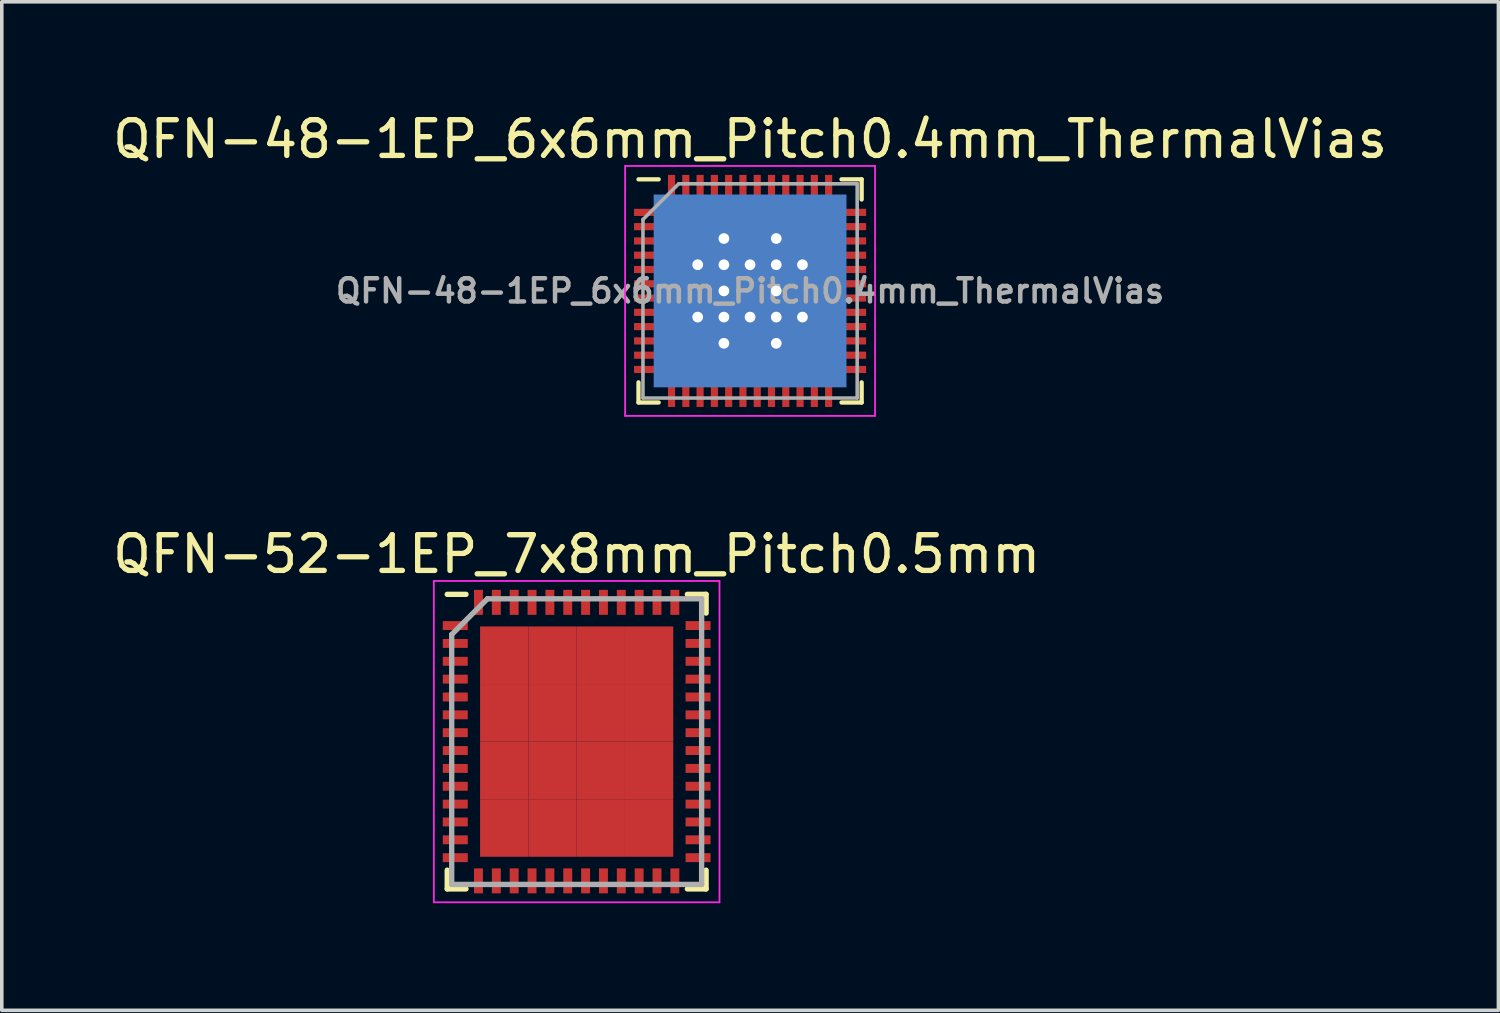
<source format=kicad_pcb>
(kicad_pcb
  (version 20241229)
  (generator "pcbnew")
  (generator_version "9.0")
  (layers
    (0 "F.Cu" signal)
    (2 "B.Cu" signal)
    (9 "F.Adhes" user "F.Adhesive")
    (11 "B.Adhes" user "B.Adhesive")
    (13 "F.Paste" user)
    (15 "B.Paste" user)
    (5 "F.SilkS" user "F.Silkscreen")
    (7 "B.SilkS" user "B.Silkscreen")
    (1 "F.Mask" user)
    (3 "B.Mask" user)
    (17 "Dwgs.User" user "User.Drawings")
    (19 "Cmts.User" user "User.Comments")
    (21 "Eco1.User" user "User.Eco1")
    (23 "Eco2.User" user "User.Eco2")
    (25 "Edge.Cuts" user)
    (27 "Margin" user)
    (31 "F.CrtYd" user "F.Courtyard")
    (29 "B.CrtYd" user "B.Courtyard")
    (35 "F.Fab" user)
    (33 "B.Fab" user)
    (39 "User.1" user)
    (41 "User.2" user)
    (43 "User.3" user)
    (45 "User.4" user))
  (footprint "QFN-52-1EP_7x8mm_Pitch0.5mm"
    (layer "F.Cu")
    (at 13.101 17.721)
    (property "Reference" "QFN-52-1EP_7x8mm_Pitch0.5mm" (at 0 -5.25 0) (layer "F.SilkS") (effects (font (size 1 1) (thickness 0.15))))
    (attr smd)
    (fp_line (start -3.625 -4.125) (end -3.1 -4.125) (stroke (width 0.15) (type solid)) (layer "F.SilkS"))
    (fp_line (start -3.625 4.125) (end -3.625 3.6) (stroke (width 0.15) (type solid)) (layer "F.SilkS"))
    (fp_line (start -3.625 4.125) (end -3.1 4.125) (stroke (width 0.15) (type solid)) (layer "F.SilkS"))
    (fp_line (start 3.625 -4.125) (end 3.1 -4.125) (stroke (width 0.15) (type solid)) (layer "F.SilkS"))
    (fp_line (start 3.625 -4.125) (end 3.625 -3.6) (stroke (width 0.15) (type solid)) (layer "F.SilkS"))
    (fp_line (start 3.625 4.125) (end 3.1 4.125) (stroke (width 0.15) (type solid)) (layer "F.SilkS"))
    (fp_line (start 3.625 4.125) (end 3.625 3.6) (stroke (width 0.15) (type solid)) (layer "F.SilkS"))
    (fp_line (start -4 -4.5) (end -4 4.5) (stroke (width 0.05) (type solid)) (layer "F.CrtYd"))
    (fp_line (start -4 -4.5) (end 4 -4.5) (stroke (width 0.05) (type solid)) (layer "F.CrtYd"))
    (fp_line (start -4 4.5) (end 4 4.5) (stroke (width 0.05) (type solid)) (layer "F.CrtYd"))
    (fp_line (start 4 -4.5) (end 4 4.5) (stroke (width 0.05) (type solid)) (layer "F.CrtYd"))
    (fp_line (start -3.5 -3) (end -2.5 -4) (stroke (width 0.15) (type solid)) (layer "F.Fab"))
    (fp_line (start -3.5 4) (end -3.5 -3) (stroke (width 0.15) (type solid)) (layer "F.Fab"))
    (fp_line (start -2.5 -4) (end 3.5 -4) (stroke (width 0.15) (type solid)) (layer "F.Fab"))
    (fp_line (start 3.5 -4) (end 3.5 4) (stroke (width 0.15) (type solid)) (layer "F.Fab"))
    (fp_line (start 3.5 4) (end -3.5 4) (stroke (width 0.15) (type solid)) (layer "F.Fab"))
    (pad "1" smd rect (at -3.4 -3.25) (size 0.7 0.25) (layers "F.Cu" "F.Mask" "F.Paste"))
    (pad "2" smd rect (at -3.4 -2.75) (size 0.7 0.25) (layers "F.Cu" "F.Mask" "F.Paste"))
    (pad "3" smd rect (at -3.4 -2.25) (size 0.7 0.25) (layers "F.Cu" "F.Mask" "F.Paste"))
    (pad "4" smd rect (at -3.4 -1.75) (size 0.7 0.25) (layers "F.Cu" "F.Mask" "F.Paste"))
    (pad "5" smd rect (at -3.4 -1.25) (size 0.7 0.25) (layers "F.Cu" "F.Mask" "F.Paste"))
    (pad "6" smd rect (at -3.4 -0.75) (size 0.7 0.25) (layers "F.Cu" "F.Mask" "F.Paste"))
    (pad "7" smd rect (at -3.4 -0.25) (size 0.7 0.25) (layers "F.Cu" "F.Mask" "F.Paste"))
    (pad "8" smd rect (at -3.4 0.25) (size 0.7 0.25) (layers "F.Cu" "F.Mask" "F.Paste"))
    (pad "9" smd rect (at -3.4 0.75) (size 0.7 0.25) (layers "F.Cu" "F.Mask" "F.Paste"))
    (pad "10" smd rect (at -3.4 1.25) (size 0.7 0.25) (layers "F.Cu" "F.Mask" "F.Paste"))
    (pad "11" smd rect (at -3.4 1.75) (size 0.7 0.25) (layers "F.Cu" "F.Mask" "F.Paste"))
    (pad "12" smd rect (at -3.4 2.25) (size 0.7 0.25) (layers "F.Cu" "F.Mask" "F.Paste"))
    (pad "13" smd rect (at -3.4 2.75) (size 0.7 0.25) (layers "F.Cu" "F.Mask" "F.Paste"))
    (pad "14" smd rect (at -3.4 3.25) (size 0.7 0.25) (layers "F.Cu" "F.Mask" "F.Paste"))
    (pad "15" smd rect (at -2.75 3.9 90) (size 0.7 0.25) (layers "F.Cu" "F.Mask" "F.Paste"))
    (pad "16" smd rect (at -2.25 3.9 90) (size 0.7 0.25) (layers "F.Cu" "F.Mask" "F.Paste"))
    (pad "17" smd rect (at -1.75 3.9 90) (size 0.7 0.25) (layers "F.Cu" "F.Mask" "F.Paste"))
    (pad "18" smd rect (at -1.25 3.9 90) (size 0.7 0.25) (layers "F.Cu" "F.Mask" "F.Paste"))
    (pad "19" smd rect (at -0.75 3.9 90) (size 0.7 0.25) (layers "F.Cu" "F.Mask" "F.Paste"))
    (pad "20" smd rect (at -0.25 3.9 90) (size 0.7 0.25) (layers "F.Cu" "F.Mask" "F.Paste"))
    (pad "21" smd rect (at 0.25 3.9 90) (size 0.7 0.25) (layers "F.Cu" "F.Mask" "F.Paste"))
    (pad "22" smd rect (at 0.75 3.9 90) (size 0.7 0.25) (layers "F.Cu" "F.Mask" "F.Paste"))
    (pad "23" smd rect (at 1.25 3.9 90) (size 0.7 0.25) (layers "F.Cu" "F.Mask" "F.Paste"))
    (pad "24" smd rect (at 1.75 3.9 90) (size 0.7 0.25) (layers "F.Cu" "F.Mask" "F.Paste"))
    (pad "25" smd rect (at 2.25 3.9 90) (size 0.7 0.25) (layers "F.Cu" "F.Mask" "F.Paste"))
    (pad "26" smd rect (at 2.75 3.9 90) (size 0.7 0.25) (layers "F.Cu" "F.Mask" "F.Paste"))
    (pad "27" smd rect (at 3.4 3.25) (size 0.7 0.25) (layers "F.Cu" "F.Mask" "F.Paste"))
    (pad "28" smd rect (at 3.4 2.75) (size 0.7 0.25) (layers "F.Cu" "F.Mask" "F.Paste"))
    (pad "29" smd rect (at 3.4 2.25) (size 0.7 0.25) (layers "F.Cu" "F.Mask" "F.Paste"))
    (pad "30" smd rect (at 3.4 1.75) (size 0.7 0.25) (layers "F.Cu" "F.Mask" "F.Paste"))
    (pad "31" smd rect (at 3.4 1.25) (size 0.7 0.25) (layers "F.Cu" "F.Mask" "F.Paste"))
    (pad "32" smd rect (at 3.4 0.75) (size 0.7 0.25) (layers "F.Cu" "F.Mask" "F.Paste"))
    (pad "33" smd rect (at 3.4 0.25) (size 0.7 0.25) (layers "F.Cu" "F.Mask" "F.Paste"))
    (pad "34" smd rect (at 3.4 -0.25) (size 0.7 0.25) (layers "F.Cu" "F.Mask" "F.Paste"))
    (pad "35" smd rect (at 3.4 -0.75) (size 0.7 0.25) (layers "F.Cu" "F.Mask" "F.Paste"))
    (pad "36" smd rect (at 3.4 -1.25) (size 0.7 0.25) (layers "F.Cu" "F.Mask" "F.Paste"))
    (pad "37" smd rect (at 3.4 -1.75) (size 0.7 0.25) (layers "F.Cu" "F.Mask" "F.Paste"))
    (pad "38" smd rect (at 3.4 -2.25) (size 0.7 0.25) (layers "F.Cu" "F.Mask" "F.Paste"))
    (pad "39" smd rect (at 3.4 -2.75) (size 0.7 0.25) (layers "F.Cu" "F.Mask" "F.Paste"))
    (pad "40" smd rect (at 3.4 -3.25) (size 0.7 0.25) (layers "F.Cu" "F.Mask" "F.Paste"))
    (pad "41" smd rect (at 2.75 -3.9 90) (size 0.7 0.25) (layers "F.Cu" "F.Mask" "F.Paste"))
    (pad "42" smd rect (at 2.25 -3.9 90) (size 0.7 0.25) (layers "F.Cu" "F.Mask" "F.Paste"))
    (pad "43" smd rect (at 1.75 -3.9 90) (size 0.7 0.25) (layers "F.Cu" "F.Mask" "F.Paste"))
    (pad "44" smd rect (at 1.25 -3.9 90) (size 0.7 0.25) (layers "F.Cu" "F.Mask" "F.Paste"))
    (pad "45" smd rect (at 0.75 -3.9 90) (size 0.7 0.25) (layers "F.Cu" "F.Mask" "F.Paste"))
    (pad "46" smd rect (at 0.25 -3.9 90) (size 0.7 0.25) (layers "F.Cu" "F.Mask" "F.Paste"))
    (pad "47" smd rect (at -0.25 -3.9 90) (size 0.7 0.25) (layers "F.Cu" "F.Mask" "F.Paste"))
    (pad "48" smd rect (at -0.75 -3.9 90) (size 0.7 0.25) (layers "F.Cu" "F.Mask" "F.Paste"))
    (pad "49" smd rect (at -1.25 -3.9 90) (size 0.7 0.25) (layers "F.Cu" "F.Mask" "F.Paste"))
    (pad "50" smd rect (at -1.75 -3.9 90) (size 0.7 0.25) (layers "F.Cu" "F.Mask" "F.Paste"))
    (pad "51" smd rect (at -2.25 -3.9 90) (size 0.7 0.25) (layers "F.Cu" "F.Mask" "F.Paste"))
    (pad "52" smd rect (at -2.75 -3.9 90) (size 0.7 0.25) (layers "F.Cu" "F.Mask" "F.Paste"))
    (pad "53" smd rect (at -2.029 -2.419) (size 1.353 1.613) (layers "F.Cu" "F.Mask" "F.Paste"))
    (pad "53" smd rect (at -2.029 -0.806) (size 1.353 1.613) (layers "F.Cu" "F.Mask" "F.Paste"))
    (pad "53" smd rect (at -2.029 0.806) (size 1.353 1.613) (layers "F.Cu" "F.Mask" "F.Paste"))
    (pad "53" smd rect (at -2.029 2.419) (size 1.353 1.613) (layers "F.Cu" "F.Mask" "F.Paste"))
    (pad "53" smd rect (at -0.676 -2.419) (size 1.353 1.613) (layers "F.Cu" "F.Mask" "F.Paste"))
    (pad "53" smd rect (at -0.676 -0.806) (size 1.353 1.613) (layers "F.Cu" "F.Mask" "F.Paste"))
    (pad "53" smd rect (at -0.676 0.806) (size 1.353 1.613) (layers "F.Cu" "F.Mask" "F.Paste"))
    (pad "53" smd rect (at -0.676 2.419) (size 1.353 1.613) (layers "F.Cu" "F.Mask" "F.Paste"))
    (pad "53" smd rect (at 0.676 -2.419) (size 1.353 1.613) (layers "F.Cu" "F.Mask" "F.Paste"))
    (pad "53" smd rect (at 0.676 -0.806) (size 1.353 1.613) (layers "F.Cu" "F.Mask" "F.Paste"))
    (pad "53" smd rect (at 0.676 0.806) (size 1.353 1.613) (layers "F.Cu" "F.Mask" "F.Paste"))
    (pad "53" smd rect (at 0.676 2.419) (size 1.353 1.613) (layers "F.Cu" "F.Mask" "F.Paste"))
    (pad "53" smd rect (at 2.029 -2.419) (size 1.353 1.613) (layers "F.Cu" "F.Mask" "F.Paste"))
    (pad "53" smd rect (at 2.029 -0.806) (size 1.353 1.613) (layers "F.Cu" "F.Mask" "F.Paste"))
    (pad "53" smd rect (at 2.029 0.806) (size 1.353 1.613) (layers "F.Cu" "F.Mask" "F.Paste"))
    (pad "53" smd rect (at 2.029 2.419) (size 1.353 1.613) (layers "F.Cu" "F.Mask" "F.Paste")))
  (footprint "QFN-48-1EP_6x6mm_Pitch0.4mm_ThermalVias"
    (layer "F.Cu")
    (at 17.958 5.098)
    (property "Reference" "QFN-48-1EP_6x6mm_Pitch0.4mm_ThermalVias" (at 0 -4.25 0) (layer "F.SilkS") (effects (font (size 1 1) (thickness 0.15))))
    (attr smd)
    (fp_line (start -3.125 -3.125) (end -2.56 -3.125) (stroke (width 0.12) (type solid)) (layer "F.SilkS"))
    (fp_line (start -3.125 3.125) (end -3.125 2.56) (stroke (width 0.12) (type solid)) (layer "F.SilkS"))
    (fp_line (start -2.56 3.125) (end -3.125 3.125) (stroke (width 0.12) (type solid)) (layer "F.SilkS"))
    (fp_line (start 2.56 -3.125) (end 3.125 -3.125) (stroke (width 0.12) (type solid)) (layer "F.SilkS"))
    (fp_line (start 2.56 3.125) (end 3.125 3.125) (stroke (width 0.12) (type solid)) (layer "F.SilkS"))
    (fp_line (start 3.125 -3.125) (end 3.125 -2.56) (stroke (width 0.12) (type solid)) (layer "F.SilkS"))
    (fp_line (start 3.125 3.125) (end 3.125 2.56) (stroke (width 0.12) (type solid)) (layer "F.SilkS"))
    (fp_line (start -3.5 -3.5) (end -3.5 3.5) (stroke (width 0.05) (type solid)) (layer "F.CrtYd"))
    (fp_line (start -3.5 3.5) (end 3.5 3.5) (stroke (width 0.05) (type solid)) (layer "F.CrtYd"))
    (fp_line (start 3.5 -3.5) (end -3.5 -3.5) (stroke (width 0.05) (type solid)) (layer "F.CrtYd"))
    (fp_line (start 3.5 3.5) (end 3.5 -3.5) (stroke (width 0.05) (type solid)) (layer "F.CrtYd"))
    (fp_line (start -3 -2) (end -2 -3) (stroke (width 0.1) (type solid)) (layer "F.Fab"))
    (fp_line (start -3 3) (end -3 -2) (stroke (width 0.1) (type solid)) (layer "F.Fab"))
    (fp_line (start -2 -3) (end 3 -3) (stroke (width 0.1) (type solid)) (layer "F.Fab"))
    (fp_line (start 3 -3) (end 3 3) (stroke (width 0.1) (type solid)) (layer "F.Fab"))
    (fp_line (start 3 3) (end -3 3) (stroke (width 0.1) (type solid)) (layer "F.Fab"))
    (fp_text user "${REFERENCE}" (at 0 0 0) (layer "F.Fab") (effects (font (size 0.65 0.65) (thickness 0.125))))
    (pad "" smd rect (at -1.467 -1.467) (size 0.88 0.88) (layers "F.Paste"))
    (pad "" smd rect (at -1.467 0) (size 0.88 0.88) (layers "F.Paste"))
    (pad "" smd rect (at -1.467 1.467) (size 0.88 0.88) (layers "F.Paste"))
    (pad "" smd rect (at 0 -1.467) (size 0.88 0.88) (layers "F.Paste"))
    (pad "" smd rect (at 0 0) (size 0.88 0.88) (layers "F.Paste"))
    (pad "" smd rect (at 0 1.467) (size 0.88 0.88) (layers "F.Paste"))
    (pad "" smd rect (at 1.467 -1.467) (size 0.88 0.88) (layers "F.Paste"))
    (pad "" smd rect (at 1.467 0) (size 0.88 0.88) (layers "F.Paste"))
    (pad "" smd rect (at 1.467 1.467) (size 0.88 0.88) (layers "F.Paste"))
    (pad "1" smd rect (at -2.925 -2.2) (size 0.65 0.2) (layers "F.Cu" "F.Mask" "F.Paste"))
    (pad "2" smd rect (at -2.925 -1.8) (size 0.65 0.2) (layers "F.Cu" "F.Mask" "F.Paste"))
    (pad "3" smd rect (at -2.925 -1.4) (size 0.65 0.2) (layers "F.Cu" "F.Mask" "F.Paste"))
    (pad "4" smd rect (at -2.925 -1) (size 0.65 0.2) (layers "F.Cu" "F.Mask" "F.Paste"))
    (pad "5" smd rect (at -2.925 -0.6) (size 0.65 0.2) (layers "F.Cu" "F.Mask" "F.Paste"))
    (pad "6" smd rect (at -2.925 -0.2) (size 0.65 0.2) (layers "F.Cu" "F.Mask" "F.Paste"))
    (pad "7" smd rect (at -2.925 0.2) (size 0.65 0.2) (layers "F.Cu" "F.Mask" "F.Paste"))
    (pad "8" smd rect (at -2.925 0.6) (size 0.65 0.2) (layers "F.Cu" "F.Mask" "F.Paste"))
    (pad "9" smd rect (at -2.925 1) (size 0.65 0.2) (layers "F.Cu" "F.Mask" "F.Paste"))
    (pad "10" smd rect (at -2.925 1.4) (size 0.65 0.2) (layers "F.Cu" "F.Mask" "F.Paste"))
    (pad "11" smd rect (at -2.925 1.8) (size 0.65 0.2) (layers "F.Cu" "F.Mask" "F.Paste"))
    (pad "12" smd rect (at -2.925 2.2) (size 0.65 0.2) (layers "F.Cu" "F.Mask" "F.Paste"))
    (pad "13" smd rect (at -2.2 2.925 90) (size 0.65 0.2) (layers "F.Cu" "F.Mask" "F.Paste"))
    (pad "14" smd rect (at -1.8 2.925 90) (size 0.65 0.2) (layers "F.Cu" "F.Mask" "F.Paste"))
    (pad "15" smd rect (at -1.4 2.925 90) (size 0.65 0.2) (layers "F.Cu" "F.Mask" "F.Paste"))
    (pad "16" smd rect (at -1 2.925 90) (size 0.65 0.2) (layers "F.Cu" "F.Mask" "F.Paste"))
    (pad "17" smd rect (at -0.6 2.925 90) (size 0.65 0.2) (layers "F.Cu" "F.Mask" "F.Paste"))
    (pad "18" smd rect (at -0.2 2.925 90) (size 0.65 0.2) (layers "F.Cu" "F.Mask" "F.Paste"))
    (pad "19" smd rect (at 0.2 2.925 90) (size 0.65 0.2) (layers "F.Cu" "F.Mask" "F.Paste"))
    (pad "20" smd rect (at 0.6 2.925 90) (size 0.65 0.2) (layers "F.Cu" "F.Mask" "F.Paste"))
    (pad "21" smd rect (at 1 2.925 90) (size 0.65 0.2) (layers "F.Cu" "F.Mask" "F.Paste"))
    (pad "22" smd rect (at 1.4 2.925 90) (size 0.65 0.2) (layers "F.Cu" "F.Mask" "F.Paste"))
    (pad "23" smd rect (at 1.8 2.925 90) (size 0.65 0.2) (layers "F.Cu" "F.Mask" "F.Paste"))
    (pad "24" smd rect (at 2.2 2.925 90) (size 0.65 0.2) (layers "F.Cu" "F.Mask" "F.Paste"))
    (pad "25" smd rect (at 2.925 2.2) (size 0.65 0.2) (layers "F.Cu" "F.Mask" "F.Paste"))
    (pad "26" smd rect (at 2.925 1.8) (size 0.65 0.2) (layers "F.Cu" "F.Mask" "F.Paste"))
    (pad "27" smd rect (at 2.925 1.4) (size 0.65 0.2) (layers "F.Cu" "F.Mask" "F.Paste"))
    (pad "28" smd rect (at 2.925 1) (size 0.65 0.2) (layers "F.Cu" "F.Mask" "F.Paste"))
    (pad "29" smd rect (at 2.925 0.6) (size 0.65 0.2) (layers "F.Cu" "F.Mask" "F.Paste"))
    (pad "30" smd rect (at 2.925 0.2) (size 0.65 0.2) (layers "F.Cu" "F.Mask" "F.Paste"))
    (pad "31" smd rect (at 2.925 -0.2) (size 0.65 0.2) (layers "F.Cu" "F.Mask" "F.Paste"))
    (pad "32" smd rect (at 2.925 -0.6) (size 0.65 0.2) (layers "F.Cu" "F.Mask" "F.Paste"))
    (pad "33" smd rect (at 2.925 -1) (size 0.65 0.2) (layers "F.Cu" "F.Mask" "F.Paste"))
    (pad "34" smd rect (at 2.925 -1.4) (size 0.65 0.2) (layers "F.Cu" "F.Mask" "F.Paste"))
    (pad "35" smd rect (at 2.925 -1.8) (size 0.65 0.2) (layers "F.Cu" "F.Mask" "F.Paste"))
    (pad "36" smd rect (at 2.925 -2.2) (size 0.65 0.2) (layers "F.Cu" "F.Mask" "F.Paste"))
    (pad "37" smd rect (at 2.2 -2.925 90) (size 0.65 0.2) (layers "F.Cu" "F.Mask" "F.Paste"))
    (pad "38" smd rect (at 1.8 -2.925 90) (size 0.65 0.2) (layers "F.Cu" "F.Mask" "F.Paste"))
    (pad "39" smd rect (at 1.4 -2.925 90) (size 0.65 0.2) (layers "F.Cu" "F.Mask" "F.Paste"))
    (pad "40" smd rect (at 1 -2.925 90) (size 0.65 0.2) (layers "F.Cu" "F.Mask" "F.Paste"))
    (pad "41" smd rect (at 0.6 -2.925 90) (size 0.65 0.2) (layers "F.Cu" "F.Mask" "F.Paste"))
    (pad "42" smd rect (at 0.2 -2.925 90) (size 0.65 0.2) (layers "F.Cu" "F.Mask" "F.Paste"))
    (pad "43" smd rect (at -0.2 -2.925 90) (size 0.65 0.2) (layers "F.Cu" "F.Mask" "F.Paste"))
    (pad "44" smd rect (at -0.6 -2.925 90) (size 0.65 0.2) (layers "F.Cu" "F.Mask" "F.Paste"))
    (pad "45" smd rect (at -1 -2.925 90) (size 0.65 0.2) (layers "F.Cu" "F.Mask" "F.Paste"))
    (pad "46" smd rect (at -1.4 -2.925 90) (size 0.65 0.2) (layers "F.Cu" "F.Mask" "F.Paste"))
    (pad "47" smd rect (at -1.8 -2.925 90) (size 0.65 0.2) (layers "F.Cu" "F.Mask" "F.Paste"))
    (pad "48" smd rect (at -2.2 -2.925 90) (size 0.65 0.2) (layers "F.Cu" "F.Mask" "F.Paste"))
    (pad "49" thru_hole circle (at -1.467 -0.733) (size 0.6 0.6) (drill 0.3) (layers "*.Cu"))
    (pad "49" thru_hole circle (at -1.467 0.733) (size 0.6 0.6) (drill 0.3) (layers "*.Cu"))
    (pad "49" thru_hole circle (at -0.733 -1.467) (size 0.6 0.6) (drill 0.3) (layers "*.Cu"))
    (pad "49" thru_hole circle (at -0.733 -0.733) (size 0.6 0.6) (drill 0.3) (layers "*.Cu"))
    (pad "49" thru_hole circle (at -0.733 0) (size 0.6 0.6) (drill 0.3) (layers "*.Cu"))
    (pad "49" thru_hole circle (at -0.733 0.733) (size 0.6 0.6) (drill 0.3) (layers "*.Cu"))
    (pad "49" thru_hole circle (at -0.733 1.467) (size 0.6 0.6) (drill 0.3) (layers "*.Cu"))
    (pad "49" thru_hole circle (at 0 -0.733) (size 0.6 0.6) (drill 0.3) (layers "*.Cu"))
    (pad "49" smd rect (at 0 0) (size 4.4 4.4) (layers "F.Cu" "F.Mask"))
    (pad "49" smd rect (at 0 0) (size 5.4 5.4) (layers "B.Cu"))
    (pad "49" thru_hole circle (at 0 0.733) (size 0.6 0.6) (drill 0.3) (layers "*.Cu"))
    (pad "49" thru_hole circle (at 0.733 -1.467) (size 0.6 0.6) (drill 0.3) (layers "*.Cu"))
    (pad "49" thru_hole circle (at 0.733 -0.733) (size 0.6 0.6) (drill 0.3) (layers "*.Cu"))
    (pad "49" thru_hole circle (at 0.733 0) (size 0.6 0.6) (drill 0.3) (layers "*.Cu"))
    (pad "49" thru_hole circle (at 0.733 0.733) (size 0.6 0.6) (drill 0.3) (layers "*.Cu"))
    (pad "49" thru_hole circle (at 0.733 1.467) (size 0.6 0.6) (drill 0.3) (layers "*.Cu"))
    (pad "49" thru_hole circle (at 1.467 -0.733) (size 0.6 0.6) (drill 0.3) (layers "*.Cu"))
    (pad "49" thru_hole circle (at 1.467 0.733) (size 0.6 0.6) (drill 0.3) (layers "*.Cu")))
  (gr_rect
    (start -3 -3)
    (end 38.917 25.247)
    (stroke (width 0.1) (type default))
    (fill no)
    (layer "Edge.Cuts")))
</source>
